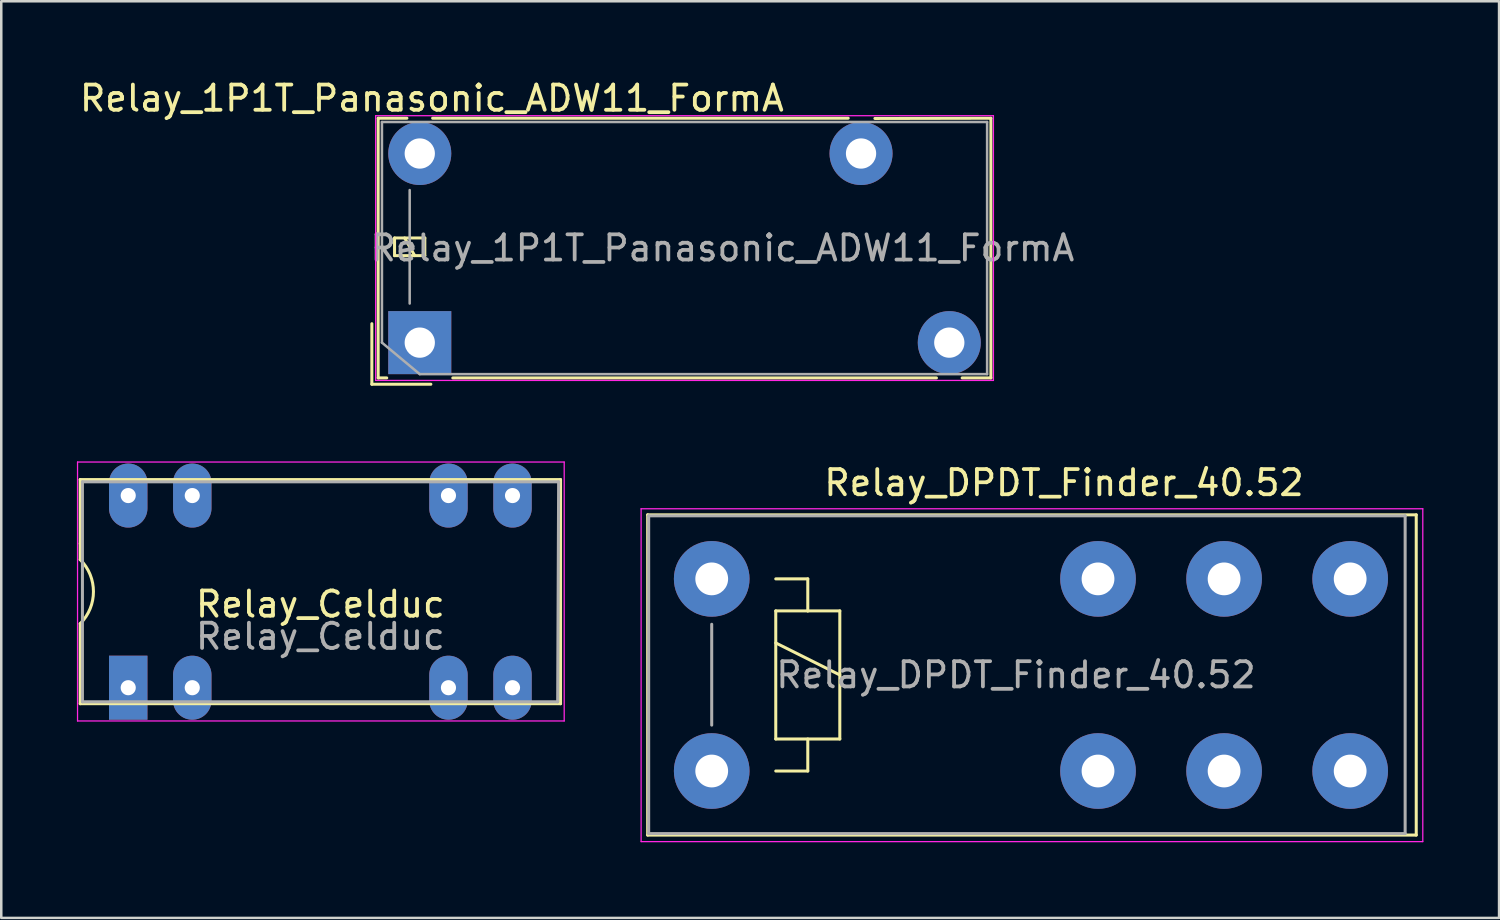
<source format=kicad_pcb>
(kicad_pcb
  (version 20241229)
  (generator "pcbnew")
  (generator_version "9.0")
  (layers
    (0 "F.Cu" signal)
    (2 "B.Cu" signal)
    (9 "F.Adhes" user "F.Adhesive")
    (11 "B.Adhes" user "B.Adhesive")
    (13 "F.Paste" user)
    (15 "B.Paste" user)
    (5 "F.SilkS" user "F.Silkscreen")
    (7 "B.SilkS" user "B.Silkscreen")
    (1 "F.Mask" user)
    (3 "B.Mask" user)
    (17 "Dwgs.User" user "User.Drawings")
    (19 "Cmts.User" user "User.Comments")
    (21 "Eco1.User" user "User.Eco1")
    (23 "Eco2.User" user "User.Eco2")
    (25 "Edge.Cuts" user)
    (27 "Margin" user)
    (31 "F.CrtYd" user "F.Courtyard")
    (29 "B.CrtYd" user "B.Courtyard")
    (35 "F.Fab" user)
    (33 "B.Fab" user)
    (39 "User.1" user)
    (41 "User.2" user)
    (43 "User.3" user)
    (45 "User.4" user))
  (footprint "Relay_DPDT_Finder_40.52"
    (layer "F.Cu")
    (at 25.175 19.907)
    (property "Reference" "Relay_DPDT_Finder_40.52" (at 13.97 -3.81 0) (layer "F.SilkS") (effects (font (size 1 1) (thickness 0.15))))
    (attr through_hole)
    (fp_line (start -2.54 -2.54) (end 27.94 -2.54) (stroke (width 0.12) (type solid)) (layer "F.SilkS"))
    (fp_line (start -2.54 10.16) (end -2.54 -2.54) (stroke (width 0.12) (type solid)) (layer "F.SilkS"))
    (fp_line (start 2.54 0) (end 3.81 0) (stroke (width 0.12) (type solid)) (layer "F.SilkS"))
    (fp_line (start 2.54 1.27) (end 3.81 1.27) (stroke (width 0.12) (type solid)) (layer "F.SilkS"))
    (fp_line (start 2.54 2.54) (end 5.08 3.81) (stroke (width 0.12) (type solid)) (layer "F.SilkS"))
    (fp_line (start 2.54 6.35) (end 2.54 1.27) (stroke (width 0.12) (type solid)) (layer "F.SilkS"))
    (fp_line (start 3.81 0) (end 3.81 1.27) (stroke (width 0.12) (type solid)) (layer "F.SilkS"))
    (fp_line (start 3.81 1.27) (end 5.08 1.27) (stroke (width 0.12) (type solid)) (layer "F.SilkS"))
    (fp_line (start 3.81 6.35) (end 3.81 7.62) (stroke (width 0.12) (type solid)) (layer "F.SilkS"))
    (fp_line (start 3.81 7.62) (end 2.54 7.62) (stroke (width 0.12) (type solid)) (layer "F.SilkS"))
    (fp_line (start 5.08 1.27) (end 5.08 6.35) (stroke (width 0.12) (type solid)) (layer "F.SilkS"))
    (fp_line (start 5.08 6.35) (end 2.54 6.35) (stroke (width 0.12) (type solid)) (layer "F.SilkS"))
    (fp_line (start 27.94 -2.54) (end 27.94 10.16) (stroke (width 0.12) (type solid)) (layer "F.SilkS"))
    (fp_line (start 27.94 10.16) (end -2.54 10.16) (stroke (width 0.12) (type solid)) (layer "F.SilkS"))
    (fp_line (start -2.8 -2.78) (end 28.2 -2.78) (stroke (width 0.05) (type solid)) (layer "F.CrtYd"))
    (fp_line (start -2.8 10.42) (end -2.8 -2.78) (stroke (width 0.05) (type solid)) (layer "F.CrtYd"))
    (fp_line (start 28.2 -2.78) (end 28.2 10.42) (stroke (width 0.05) (type solid)) (layer "F.CrtYd"))
    (fp_line (start 28.2 10.42) (end -2.8 10.42) (stroke (width 0.05) (type solid)) (layer "F.CrtYd"))
    (fp_line (start -2.5 -2.5) (end 27.5 -2.5) (stroke (width 0.12) (type solid)) (layer "F.Fab"))
    (fp_line (start -2.5 10.1) (end -2.5 -2.5) (stroke (width 0.12) (type solid)) (layer "F.Fab"))
    (fp_line (start 0 1.8) (end 0 5.8) (stroke (width 0.12) (type solid)) (layer "F.Fab"))
    (fp_line (start 27.5 -2.5) (end 27.5 10.1) (stroke (width 0.12) (type solid)) (layer "F.Fab"))
    (fp_line (start 27.5 10.1) (end -2.5 10.1) (stroke (width 0.12) (type solid)) (layer "F.Fab"))
    (fp_text user "${REFERENCE}" (at 12.065 3.81 0) (layer "F.Fab") (effects (font (size 1 1) (thickness 0.15))))
    (pad "11" thru_hole circle (at 20.32 0) (size 3 3) (drill 1.3) (layers "*.Cu" "*.Mask"))
    (pad "12" thru_hole circle (at 15.32 0) (size 3 3) (drill 1.3) (layers "*.Cu" "*.Mask"))
    (pad "14" thru_hole circle (at 25.32 0) (size 3 3) (drill 1.3) (layers "*.Cu" "*.Mask"))
    (pad "21" thru_hole circle (at 20.32 7.62) (size 3 3) (drill 1.3) (layers "*.Cu" "*.Mask"))
    (pad "22" thru_hole circle (at 15.32 7.62) (size 3 3) (drill 1.3) (layers "*.Cu" "*.Mask"))
    (pad "24" thru_hole circle (at 25.32 7.62) (size 3 3) (drill 1.3) (layers "*.Cu" "*.Mask"))
    (pad "A1" thru_hole circle (at 0 0) (size 3 3) (drill 1.3) (layers "*.Cu" "*.Mask"))
    (pad "A2" thru_hole circle (at 0 7.62) (size 3 3) (drill 1.3) (layers "*.Cu" "*.Mask")))
  (footprint "Relay_1P1T_Panasonic_ADW11_FormA"
    (layer "F.Cu")
    (at 13.597 10.538)
    (property "Reference" "Relay_1P1T_Panasonic_ADW11_FormA" (at 0.48 -9.69 180) (layer "F.SilkS") (effects (font (size 1 1) (thickness 0.15))))
    (attr through_hole)
    (fp_line (start -1.9 1.65) (end -1.9 -0.75) (stroke (width 0.12) (type solid)) (layer "F.SilkS"))
    (fp_line (start -1.65 -8.9) (end -1.65 1.4) (stroke (width 0.12) (type solid)) (layer "F.SilkS"))
    (fp_line (start -1.65 -8.9) (end -0.51 -8.9) (stroke (width 0.12) (type solid)) (layer "F.SilkS"))
    (fp_line (start -1.65 1.4) (end -1.31 1.4) (stroke (width 0.12) (type solid)) (layer "F.SilkS"))
    (fp_line (start -1 -4.15) (end -1 -3.45) (stroke (width 0.12) (type solid)) (layer "F.SilkS"))
    (fp_line (start -1 -3.45) (end 0.2 -3.45) (stroke (width 0.12) (type solid)) (layer "F.SilkS"))
    (fp_line (start -0.2 -3.45) (end -0.6 -4.15) (stroke (width 0.12) (type solid)) (layer "F.SilkS"))
    (fp_line (start 0.2 -4.15) (end -1 -4.15) (stroke (width 0.12) (type solid)) (layer "F.SilkS"))
    (fp_line (start 0.2 -3.45) (end 0.2 -4.15) (stroke (width 0.12) (type solid)) (layer "F.SilkS"))
    (fp_line (start 0.44 1.65) (end -1.9 1.65) (stroke (width 0.12) (type solid)) (layer "F.SilkS"))
    (fp_line (start 0.51 -8.9) (end 16.99 -8.9) (stroke (width 0.12) (type solid)) (layer "F.SilkS"))
    (fp_line (start 1.31 1.4) (end 20.49 1.4) (stroke (width 0.12) (type solid)) (layer "F.SilkS"))
    (fp_line (start 18.05 -8.89) (end 22.65 -8.9) (stroke (width 0.12) (type solid)) (layer "F.SilkS"))
    (fp_line (start 22.65 -8.9) (end 22.65 1.4) (stroke (width 0.12) (type solid)) (layer "F.SilkS"))
    (fp_line (start 22.65 1.4) (end 21.51 1.4) (stroke (width 0.12) (type solid)) (layer "F.SilkS"))
    (fp_line (start -1.75 -9) (end -1.75 1.5) (stroke (width 0.05) (type solid)) (layer "F.CrtYd"))
    (fp_line (start -1.75 1.5) (end 22.75 1.5) (stroke (width 0.05) (type solid)) (layer "F.CrtYd"))
    (fp_line (start 22.75 -9) (end -1.75 -9) (stroke (width 0.05) (type solid)) (layer "F.CrtYd"))
    (fp_line (start 22.75 -9) (end 22.75 1.5) (stroke (width 0.05) (type solid)) (layer "F.CrtYd"))
    (fp_line (start -1.5 -8.75) (end -1.5 0) (stroke (width 0.1) (type solid)) (layer "F.Fab"))
    (fp_line (start -0.4 -1.55) (end -0.4 -6.05) (stroke (width 0.1) (type solid)) (layer "F.Fab"))
    (fp_line (start 0 1.25) (end -1.5 0) (stroke (width 0.1) (type solid)) (layer "F.Fab"))
    (fp_line (start 0 1.25) (end 22.5 1.25) (stroke (width 0.1) (type solid)) (layer "F.Fab"))
    (fp_line (start 22.5 -8.75) (end -1.5 -8.75) (stroke (width 0.1) (type solid)) (layer "F.Fab"))
    (fp_line (start 22.5 -8.75) (end 22.5 1.25) (stroke (width 0.1) (type solid)) (layer "F.Fab"))
    (fp_text user "${REFERENCE}" (at 12 -3.75 180) (layer "F.Fab") (effects (font (size 1 1) (thickness 0.15))))
    (pad "1" thru_hole rect (at 0 0 90) (size 2.5 2.5) (drill 1.2) (layers "*.Cu" "*.Mask"))
    (pad "3" thru_hole oval (at 21 0 90) (size 2.5 2.5) (drill 1.2) (layers "*.Cu" "*.Mask"))
    (pad "5" thru_hole oval (at 17.5 -7.5 90) (size 2.5 2.5) (drill 1.2) (layers "*.Cu" "*.Mask"))
    (pad "6" thru_hole oval (at 0 -7.5 90) (size 2.5 2.5) (drill 1.2) (layers "*.Cu" "*.Mask")))
  (footprint "Relay_Celduc"
    (layer "F.Cu")
    (at 2.035 24.223)
    (property "Reference" "Relay_Celduc" (at 7.62 -3.31 0) (layer "F.SilkS") (effects (font (size 1 1) (thickness 0.15))))
    (attr through_hole)
    (fp_line (start -1.905 -8.255) (end -1.905 -5.715) (stroke (width 0.12) (type solid)) (layer "F.SilkS"))
    (fp_line (start -1.905 -8.255) (end 17.145 -8.255) (stroke (width 0.12) (type solid)) (layer "F.SilkS"))
    (fp_line (start -1.905 -5.08) (end -1.905 -5.715) (stroke (width 0.12) (type solid)) (layer "F.SilkS"))
    (fp_line (start -1.905 0.635) (end -1.905 -2.54) (stroke (width 0.12) (type solid)) (layer "F.SilkS"))
    (fp_line (start 17.145 -8.255) (end 17.145 0.635) (stroke (width 0.12) (type solid)) (layer "F.SilkS"))
    (fp_line (start 17.145 0.635) (end -1.905 0.635) (stroke (width 0.12) (type solid)) (layer "F.SilkS"))
    (fp_arc (start -1.905 -5.08) (mid -1.378949 -3.81) (end -1.905 -2.54) (stroke (width 0.12) (type solid)) (layer "F.SilkS"))
    (fp_line (start -2.01 -8.95) (end 17.29 -8.95) (stroke (width 0.05) (type solid)) (layer "F.CrtYd"))
    (fp_line (start -2.01 1.32) (end -2.01 -8.95) (stroke (width 0.05) (type solid)) (layer "F.CrtYd"))
    (fp_line (start 17.29 -8.95) (end 17.29 1.32) (stroke (width 0.05) (type solid)) (layer "F.CrtYd"))
    (fp_line (start 17.29 1.32) (end -2.01 1.32) (stroke (width 0.05) (type solid)) (layer "F.CrtYd"))
    (fp_line (start -1.816 -8.166) (end 17.069 -8.166) (stroke (width 0.12) (type solid)) (layer "F.Fab"))
    (fp_line (start -1.816 0.559) (end -1.816 -8.166) (stroke (width 0.12) (type solid)) (layer "F.Fab"))
    (fp_line (start 17.031 0.559) (end -1.816 0.559) (stroke (width 0.12) (type solid)) (layer "F.Fab"))
    (fp_line (start 17.069 -8.166) (end 17.031 0.559) (stroke (width 0.12) (type solid)) (layer "F.Fab"))
    (fp_text user "${REFERENCE}" (at 7.62 -2.032 0) (layer "F.Fab") (effects (font (size 1 1) (thickness 0.15))))
    (pad "1" thru_hole rect (at 0 0) (size 1.524 2.54) (drill 0.6) (layers "*.Cu" "*.Mask"))
    (pad "2" thru_hole oval (at 2.54 0) (size 1.524 2.54) (drill 0.6) (layers "*.Cu" "*.Mask"))
    (pad "6" thru_hole oval (at 12.7 0) (size 1.524 2.54) (drill 0.6) (layers "*.Cu" "*.Mask"))
    (pad "7" thru_hole oval (at 15.24 0) (size 1.524 2.54) (drill 0.6) (layers "*.Cu" "*.Mask"))
    (pad "8" thru_hole oval (at 15.24 -7.62) (size 1.524 2.54) (drill 0.6) (layers "*.Cu" "*.Mask"))
    (pad "9" thru_hole oval (at 12.7 -7.62) (size 1.524 2.54) (drill 0.6) (layers "*.Cu" "*.Mask"))
    (pad "13" thru_hole oval (at 2.54 -7.62) (size 1.524 2.54) (drill 0.6) (layers "*.Cu" "*.Mask"))
    (pad "14" thru_hole oval (at 0 -7.62) (size 1.524 2.54) (drill 0.6) (layers "*.Cu" "*.Mask")))
  (gr_rect
    (start -3 -3)
    (end 56.4 33.352)
    (stroke (width 0.1) (type default))
    (fill no)
    (layer "Edge.Cuts")))
</source>
